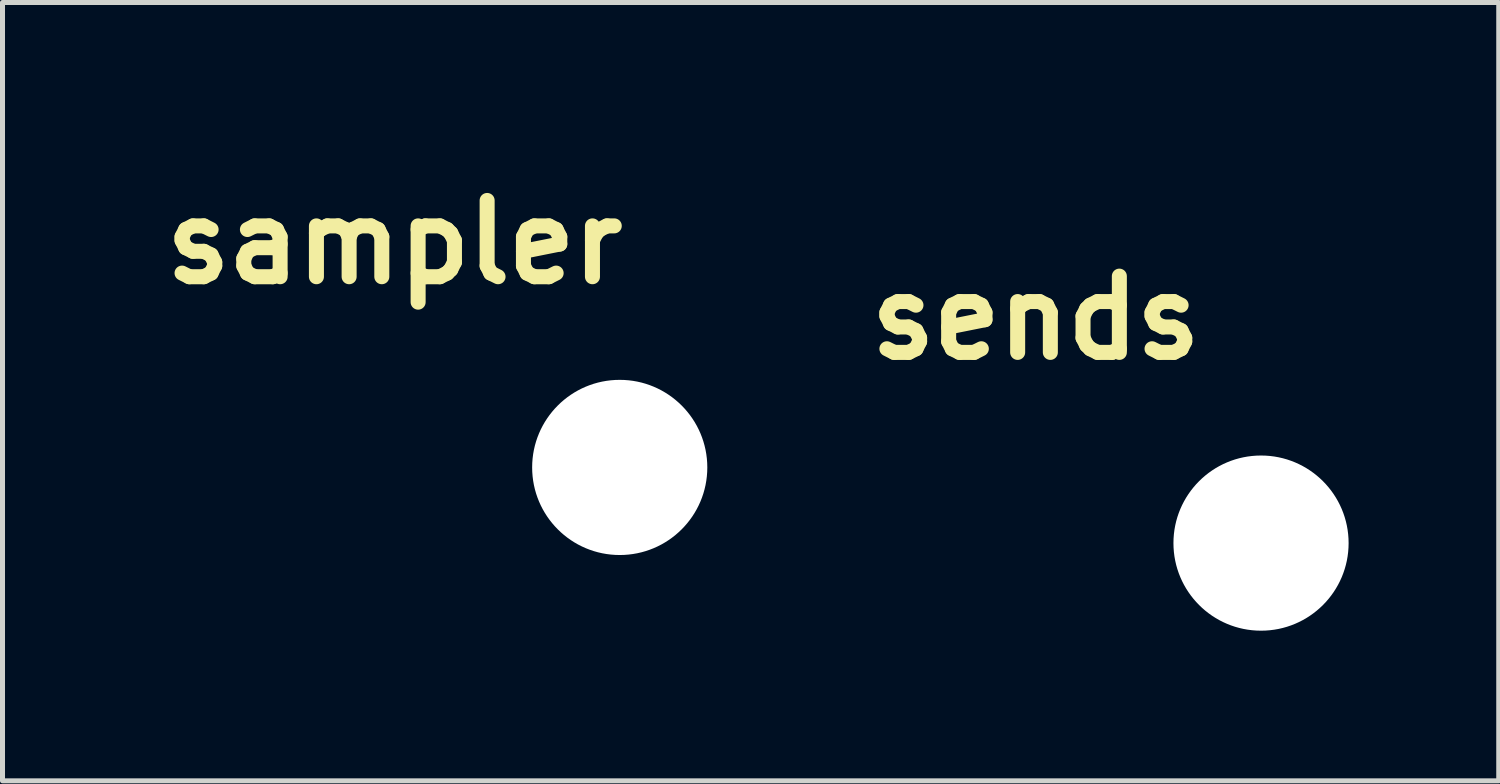
<source format=kicad_pcb>
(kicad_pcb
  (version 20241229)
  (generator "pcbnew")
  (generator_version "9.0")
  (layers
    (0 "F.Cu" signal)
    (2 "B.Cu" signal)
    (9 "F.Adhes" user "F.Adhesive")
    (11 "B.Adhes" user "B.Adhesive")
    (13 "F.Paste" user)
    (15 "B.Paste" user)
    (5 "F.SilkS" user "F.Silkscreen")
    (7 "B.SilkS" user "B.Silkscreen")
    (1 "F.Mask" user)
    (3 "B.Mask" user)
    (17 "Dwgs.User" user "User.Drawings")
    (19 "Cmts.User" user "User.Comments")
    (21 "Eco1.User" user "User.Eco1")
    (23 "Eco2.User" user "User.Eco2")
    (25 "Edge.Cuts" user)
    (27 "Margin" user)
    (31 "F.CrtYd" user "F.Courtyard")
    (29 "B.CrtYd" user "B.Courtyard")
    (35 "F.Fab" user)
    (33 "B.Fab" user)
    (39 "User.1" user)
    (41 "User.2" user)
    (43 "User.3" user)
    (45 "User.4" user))
  (footprint "sends"
    (layer "F.Cu")
    (at 22.147 7.802)
    (property "Reference" "sends" (at -4.5 -4.5 0) (layer "F.SilkS") (effects (font (size 1.524 1.524) (thickness 0.3))))
    (attr through_hole)
    (fp_poly (pts (xy -2.331 -7.778) (xy -2.285 -7.75) (xy -2.24 -7.71) (xy -2.203 -7.665) (xy -2.183 -7.633) (xy -2.16 -7.585) (xy -2.16 -5.968) (xy -2.178 -5.929) (xy -2.207 -5.882) (xy -2.246 -5.837) (xy -2.292 -5.799) (xy -2.324 -5.781) (xy -2.35 -5.769) (xy -2.375 -5.762) (xy -2.404 -5.758) (xy -2.443 -5.757) (xy -2.448 -5.757) (xy -2.487 -5.758) (xy -2.516 -5.76) (xy -2.539 -5.766) (xy -2.564 -5.777) (xy -2.572 -5.781) (xy -2.62 -5.811) (xy -2.664 -5.853) (xy -2.7 -5.9) (xy -2.722 -5.943) (xy -2.726 -5.955) (xy -2.729 -5.967) (xy -2.732 -5.98) (xy -2.734 -5.998) (xy -2.736 -6.02) (xy -2.737 -6.049) (xy -2.738 -6.086) (xy -2.739 -6.134) (xy -2.739 -6.192) (xy -2.739 -6.264) (xy -2.74 -6.35) (xy -2.74 -6.394) (xy -2.74 -6.798) (xy -4.351 -5.186) (xy -4.332 -5.154) (xy -4.308 -5.111) (xy -4.282 -5.057) (xy -4.255 -4.999) (xy -4.231 -4.942) (xy -4.213 -4.891) (xy -4.212 -4.887) (xy -4.191 -4.819) (xy -4.175 -4.759) (xy -4.163 -4.701) (xy -4.156 -4.642) (xy -4.151 -4.576) (xy -4.15 -4.5) (xy -4.15 -4.466) (xy -4.15 -4.402) (xy -4.151 -4.352) (xy -4.153 -4.312) (xy -4.156 -4.277) (xy -4.161 -4.245) (xy -4.167 -4.212) (xy -4.168 -4.207) (xy -4.205 -4.065) (xy -4.254 -3.935) (xy -4.284 -3.871) (xy -4.328 -3.782) (xy -2.74 -2.194) (xy -2.74 -2.597) (xy -2.739 -2.691) (xy -2.739 -2.769) (xy -2.739 -2.833) (xy -2.739 -2.885) (xy -2.738 -2.927) (xy -2.737 -2.959) (xy -2.735 -2.985) (xy -2.733 -3.004) (xy -2.731 -3.019) (xy -2.728 -3.032) (xy -2.724 -3.043) (xy -2.722 -3.048) (xy -2.697 -3.097) (xy -2.659 -3.144) (xy -2.614 -3.184) (xy -2.572 -3.211) (xy -2.546 -3.223) (xy -2.522 -3.23) (xy -2.495 -3.233) (xy -2.459 -3.234) (xy -2.448 -3.234) (xy -2.407 -3.233) (xy -2.378 -3.23) (xy -2.353 -3.224) (xy -2.327 -3.212) (xy -2.324 -3.211) (xy -2.277 -3.182) (xy -2.233 -3.141) (xy -2.196 -3.095) (xy -2.178 -3.063) (xy -2.16 -3.023) (xy -2.16 -1.406) (xy -2.182 -1.359) (xy -2.218 -1.301) (xy -2.267 -1.253) (xy -2.324 -1.217) (xy -2.371 -1.195) (xy -3.137 -1.193) (xy -3.274 -1.193) (xy -3.395 -1.193) (xy -3.501 -1.193) (xy -3.593 -1.193) (xy -3.671 -1.193) (xy -3.738 -1.194) (xy -3.793 -1.195) (xy -3.838 -1.196) (xy -3.873 -1.197) (xy -3.9 -1.198) (xy -3.92 -1.2) (xy -3.933 -1.201) (xy -3.939 -1.203) (xy -3.995 -1.229) (xy -4.048 -1.268) (xy -4.092 -1.317) (xy -4.122 -1.367) (xy -4.136 -1.412) (xy -4.142 -1.466) (xy -4.14 -1.522) (xy -4.13 -1.575) (xy -4.118 -1.605) (xy -4.084 -1.66) (xy -4.038 -1.708) (xy -3.984 -1.744) (xy -3.975 -1.748) (xy -3.929 -1.77) (xy -3.163 -1.779) (xy -4.735 -3.351) (xy -4.801 -3.31) (xy -4.927 -3.244) (xy -5.062 -3.191) (xy -5.207 -3.151) (xy -5.24 -3.144) (xy -5.302 -3.134) (xy -5.375 -3.128) (xy -5.454 -3.125) (xy -5.535 -3.124) (xy -5.613 -3.127) (xy -5.682 -3.134) (xy -5.723 -3.14) (xy -5.872 -3.176) (xy -6.014 -3.228) (xy -6.149 -3.294) (xy -6.274 -3.374) (xy -6.39 -3.468) (xy -6.496 -3.574) (xy -6.591 -3.693) (xy -6.651 -3.785) (xy -6.717 -3.911) (xy -6.769 -4.045) (xy -6.806 -4.184) (xy -6.828 -4.327) (xy -6.833 -4.434) (xy -6.248 -4.434) (xy -6.244 -4.384) (xy -6.224 -4.274) (xy -6.19 -4.173) (xy -6.141 -4.08) (xy -6.077 -3.991) (xy -6.023 -3.933) (xy -5.942 -3.861) (xy -5.857 -3.803) (xy -5.765 -3.76) (xy -5.665 -3.729) (xy -5.558 -3.71) (xy -5.525 -3.708) (xy -5.48 -3.709) (xy -5.43 -3.712) (xy -5.381 -3.717) (xy -5.337 -3.724) (xy -5.328 -3.725) (xy -5.262 -3.743) (xy -5.194 -3.769) (xy -5.13 -3.8) (xy -5.071 -3.835) (xy -5.022 -3.873) (xy -4.985 -3.911) (xy -4.975 -3.924) (xy -4.952 -3.954) (xy -4.926 -3.982) (xy -4.91 -3.995) (xy -4.877 -4.027) (xy -4.843 -4.073) (xy -4.811 -4.13) (xy -4.783 -4.193) (xy -4.76 -4.26) (xy -4.75 -4.298) (xy -4.734 -4.408) (xy -4.734 -4.519) (xy -4.75 -4.628) (xy -4.782 -4.735) (xy -4.829 -4.836) (xy -4.848 -4.868) (xy -4.889 -4.926) (xy -4.94 -4.985) (xy -4.997 -5.04) (xy -5.056 -5.088) (xy -5.11 -5.124) (xy -5.193 -5.163) (xy -5.284 -5.195) (xy -5.378 -5.216) (xy -5.408 -5.22) (xy -5.512 -5.224) (xy -5.618 -5.213) (xy -5.723 -5.187) (xy -5.825 -5.148) (xy -5.871 -5.124) (xy -5.917 -5.093) (xy -5.969 -5.052) (xy -6.021 -5.003) (xy -6.07 -4.951) (xy -6.112 -4.9) (xy -6.145 -4.853) (xy -6.148 -4.847) (xy -6.194 -4.749) (xy -6.227 -4.645) (xy -6.245 -4.539) (xy -6.248 -4.434) (xy -6.833 -4.434) (xy -6.835 -4.471) (xy -6.827 -4.616) (xy -6.804 -4.759) (xy -6.767 -4.894) (xy -6.713 -5.029) (xy -6.645 -5.157) (xy -6.563 -5.277) (xy -6.469 -5.388) (xy -6.364 -5.488) (xy -6.249 -5.577) (xy -6.125 -5.653) (xy -5.994 -5.715) (xy -5.914 -5.744) (xy -5.846 -5.765) (xy -5.785 -5.781) (xy -5.727 -5.793) (xy -5.668 -5.8) (xy -5.603 -5.805) (xy -5.528 -5.807) (xy -5.49 -5.807) (xy -5.427 -5.807) (xy -5.377 -5.806) (xy -5.336 -5.804) (xy -5.302 -5.801) (xy -5.27 -5.796) (xy -5.237 -5.79) (xy -5.228 -5.788) (xy -5.113 -5.758) (xy -5.001 -5.72) (xy -4.895 -5.674) (xy -4.802 -5.624) (xy -4.77 -5.605) (xy -3.966 -6.409) (xy -3.163 -7.213) (xy -3.929 -7.221) (xy -3.975 -7.243) (xy -4.03 -7.277) (xy -4.078 -7.324) (xy -4.114 -7.378) (xy -4.118 -7.386) (xy -4.13 -7.413) (xy -4.136 -7.438) (xy -4.139 -7.468) (xy -4.14 -7.508) (xy -4.14 -7.509) (xy -4.14 -7.549) (xy -4.137 -7.578) (xy -4.13 -7.602) (xy -4.12 -7.627) (xy -4.117 -7.633) (xy -4.087 -7.679) (xy -4.047 -7.723) (xy -4.001 -7.76) (xy -3.969 -7.778) (xy -3.929 -7.797) (xy -2.371 -7.797) (xy -2.331 -7.778)) (stroke (width 0.01) (type solid)) (fill yes) (layer "F.Mask"))
    (fp_poly (pts (xy -2.331 -7.778) (xy -2.285 -7.75) (xy -2.24 -7.71) (xy -2.203 -7.665) (xy -2.183 -7.633) (xy -2.16 -7.585) (xy -2.16 -5.968) (xy -2.178 -5.929) (xy -2.207 -5.882) (xy -2.246 -5.837) (xy -2.292 -5.799) (xy -2.324 -5.781) (xy -2.35 -5.769) (xy -2.375 -5.762) (xy -2.404 -5.758) (xy -2.443 -5.757) (xy -2.448 -5.757) (xy -2.487 -5.758) (xy -2.516 -5.76) (xy -2.539 -5.766) (xy -2.564 -5.777) (xy -2.572 -5.781) (xy -2.62 -5.811) (xy -2.664 -5.853) (xy -2.7 -5.9) (xy -2.722 -5.943) (xy -2.726 -5.955) (xy -2.729 -5.967) (xy -2.732 -5.98) (xy -2.734 -5.998) (xy -2.736 -6.02) (xy -2.737 -6.049) (xy -2.738 -6.086) (xy -2.739 -6.134) (xy -2.739 -6.192) (xy -2.739 -6.264) (xy -2.74 -6.35) (xy -2.74 -6.394) (xy -2.74 -6.798) (xy -4.351 -5.186) (xy -4.332 -5.154) (xy -4.308 -5.111) (xy -4.282 -5.057) (xy -4.255 -4.999) (xy -4.231 -4.942) (xy -4.213 -4.891) (xy -4.212 -4.887) (xy -4.191 -4.819) (xy -4.175 -4.759) (xy -4.163 -4.701) (xy -4.156 -4.642) (xy -4.151 -4.576) (xy -4.15 -4.5) (xy -4.15 -4.466) (xy -4.15 -4.402) (xy -4.151 -4.352) (xy -4.153 -4.312) (xy -4.156 -4.277) (xy -4.161 -4.245) (xy -4.167 -4.212) (xy -4.168 -4.207) (xy -4.205 -4.065) (xy -4.254 -3.935) (xy -4.284 -3.871) (xy -4.328 -3.782) (xy -2.74 -2.194) (xy -2.74 -2.597) (xy -2.739 -2.691) (xy -2.739 -2.769) (xy -2.739 -2.833) (xy -2.739 -2.885) (xy -2.738 -2.927) (xy -2.737 -2.959) (xy -2.735 -2.985) (xy -2.733 -3.004) (xy -2.731 -3.019) (xy -2.728 -3.032) (xy -2.724 -3.043) (xy -2.722 -3.048) (xy -2.697 -3.097) (xy -2.659 -3.144) (xy -2.614 -3.184) (xy -2.572 -3.211) (xy -2.546 -3.223) (xy -2.522 -3.23) (xy -2.495 -3.233) (xy -2.459 -3.234) (xy -2.448 -3.234) (xy -2.407 -3.233) (xy -2.378 -3.23) (xy -2.353 -3.224) (xy -2.327 -3.212) (xy -2.324 -3.211) (xy -2.277 -3.182) (xy -2.233 -3.141) (xy -2.196 -3.095) (xy -2.178 -3.063) (xy -2.16 -3.023) (xy -2.16 -1.406) (xy -2.182 -1.359) (xy -2.218 -1.301) (xy -2.267 -1.253) (xy -2.324 -1.217) (xy -2.371 -1.195) (xy -3.137 -1.193) (xy -3.274 -1.193) (xy -3.395 -1.193) (xy -3.501 -1.193) (xy -3.593 -1.193) (xy -3.671 -1.193) (xy -3.738 -1.194) (xy -3.793 -1.195) (xy -3.838 -1.196) (xy -3.873 -1.197) (xy -3.9 -1.198) (xy -3.92 -1.2) (xy -3.933 -1.201) (xy -3.939 -1.203) (xy -3.995 -1.229) (xy -4.048 -1.268) (xy -4.092 -1.317) (xy -4.122 -1.367) (xy -4.136 -1.412) (xy -4.142 -1.466) (xy -4.14 -1.522) (xy -4.13 -1.575) (xy -4.118 -1.605) (xy -4.084 -1.66) (xy -4.038 -1.708) (xy -3.984 -1.744) (xy -3.975 -1.748) (xy -3.929 -1.77) (xy -3.163 -1.779) (xy -4.735 -3.351) (xy -4.801 -3.31) (xy -4.927 -3.244) (xy -5.062 -3.191) (xy -5.207 -3.151) (xy -5.24 -3.144) (xy -5.302 -3.134) (xy -5.375 -3.128) (xy -5.454 -3.125) (xy -5.535 -3.124) (xy -5.613 -3.127) (xy -5.682 -3.134) (xy -5.723 -3.14) (xy -5.872 -3.176) (xy -6.014 -3.228) (xy -6.149 -3.294) (xy -6.274 -3.374) (xy -6.39 -3.468) (xy -6.496 -3.574) (xy -6.591 -3.693) (xy -6.651 -3.785) (xy -6.717 -3.911) (xy -6.769 -4.045) (xy -6.806 -4.184) (xy -6.828 -4.327) (xy -6.833 -4.434) (xy -6.248 -4.434) (xy -6.244 -4.384) (xy -6.224 -4.274) (xy -6.19 -4.173) (xy -6.141 -4.08) (xy -6.077 -3.991) (xy -6.023 -3.933) (xy -5.942 -3.861) (xy -5.857 -3.803) (xy -5.765 -3.76) (xy -5.665 -3.729) (xy -5.558 -3.71) (xy -5.525 -3.708) (xy -5.48 -3.709) (xy -5.43 -3.712) (xy -5.381 -3.717) (xy -5.337 -3.724) (xy -5.328 -3.725) (xy -5.262 -3.743) (xy -5.194 -3.769) (xy -5.13 -3.8) (xy -5.071 -3.835) (xy -5.022 -3.873) (xy -4.985 -3.911) (xy -4.975 -3.924) (xy -4.952 -3.954) (xy -4.926 -3.982) (xy -4.91 -3.995) (xy -4.877 -4.027) (xy -4.843 -4.073) (xy -4.811 -4.13) (xy -4.783 -4.193) (xy -4.76 -4.26) (xy -4.75 -4.298) (xy -4.734 -4.408) (xy -4.734 -4.519) (xy -4.75 -4.628) (xy -4.782 -4.735) (xy -4.829 -4.836) (xy -4.848 -4.868) (xy -4.889 -4.926) (xy -4.94 -4.985) (xy -4.997 -5.04) (xy -5.056 -5.088) (xy -5.11 -5.124) (xy -5.193 -5.163) (xy -5.284 -5.195) (xy -5.378 -5.216) (xy -5.408 -5.22) (xy -5.512 -5.224) (xy -5.618 -5.213) (xy -5.723 -5.187) (xy -5.825 -5.148) (xy -5.871 -5.124) (xy -5.917 -5.093) (xy -5.969 -5.052) (xy -6.021 -5.003) (xy -6.07 -4.951) (xy -6.112 -4.9) (xy -6.145 -4.853) (xy -6.148 -4.847) (xy -6.194 -4.749) (xy -6.227 -4.645) (xy -6.245 -4.539) (xy -6.248 -4.434) (xy -6.833 -4.434) (xy -6.835 -4.471) (xy -6.827 -4.616) (xy -6.804 -4.759) (xy -6.767 -4.894) (xy -6.713 -5.029) (xy -6.645 -5.157) (xy -6.563 -5.277) (xy -6.469 -5.388) (xy -6.364 -5.488) (xy -6.249 -5.577) (xy -6.125 -5.653) (xy -5.994 -5.715) (xy -5.914 -5.744) (xy -5.846 -5.765) (xy -5.785 -5.781) (xy -5.727 -5.793) (xy -5.668 -5.8) (xy -5.603 -5.805) (xy -5.528 -5.807) (xy -5.49 -5.807) (xy -5.427 -5.807) (xy -5.377 -5.806) (xy -5.336 -5.804) (xy -5.302 -5.801) (xy -5.27 -5.796) (xy -5.237 -5.79) (xy -5.228 -5.788) (xy -5.113 -5.758) (xy -5.001 -5.72) (xy -4.895 -5.674) (xy -4.802 -5.624) (xy -4.77 -5.605) (xy -3.966 -6.409) (xy -3.163 -7.213) (xy -3.929 -7.221) (xy -3.975 -7.243) (xy -4.03 -7.277) (xy -4.078 -7.324) (xy -4.114 -7.378) (xy -4.118 -7.386) (xy -4.13 -7.413) (xy -4.136 -7.438) (xy -4.139 -7.468) (xy -4.14 -7.508) (xy -4.14 -7.509) (xy -4.14 -7.549) (xy -4.137 -7.578) (xy -4.13 -7.602) (xy -4.12 -7.627) (xy -4.117 -7.633) (xy -4.087 -7.679) (xy -4.047 -7.723) (xy -4.001 -7.76) (xy -3.969 -7.778) (xy -3.929 -7.797) (xy -2.371 -7.797) (xy -2.331 -7.778)) (stroke (width 0.01) (type solid)) (fill yes) (layer "B.Mask"))
    (pad "" np_thru_hole circle (at 0 0) (size 3.5 3.5) (drill 3.5) (layers "*.Cu" "*.Mask")))
  (footprint "sampler"
    (layer "F.Cu")
    (at 9.333 6.29)
    (property "Reference" "sampler" (at -4.5 -4.5 0) (layer "F.SilkS") (effects (font (size 1.524 1.524) (thickness 0.3))))
    (attr through_hole)
    (fp_poly (pts (xy -4.458 -6.278) (xy -4.442 -6.274) (xy -4.395 -6.251) (xy -4.351 -6.215) (xy -4.315 -6.173) (xy -4.296 -6.14) (xy -4.276 -6.095) (xy -4.273 -4.826) (xy -4.271 -3.557) (xy -3.685 -4.142) (xy -3.585 -4.243) (xy -3.496 -4.331) (xy -3.417 -4.409) (xy -3.348 -4.478) (xy -3.289 -4.536) (xy -3.238 -4.586) (xy -3.194 -4.628) (xy -3.158 -4.662) (xy -3.129 -4.69) (xy -3.105 -4.711) (xy -3.086 -4.727) (xy -3.071 -4.738) (xy -3.061 -4.745) (xy -3.057 -4.747) (xy -3.015 -4.767) (xy -2.211 -4.769) (xy -2.071 -4.769) (xy -1.948 -4.77) (xy -1.839 -4.77) (xy -1.744 -4.77) (xy -1.661 -4.77) (xy -1.59 -4.769) (xy -1.53 -4.768) (xy -1.48 -4.767) (xy -1.438 -4.765) (xy -1.404 -4.762) (xy -1.377 -4.759) (xy -1.355 -4.754) (xy -1.337 -4.749) (xy -1.323 -4.744) (xy -1.311 -4.737) (xy -1.3 -4.729) (xy -1.29 -4.719) (xy -1.279 -4.709) (xy -1.272 -4.703) (xy -1.23 -4.656) (xy -1.204 -4.605) (xy -1.193 -4.549) (xy -1.193 -4.508) (xy -1.205 -4.444) (xy -1.231 -4.389) (xy -1.272 -4.342) (xy -1.327 -4.304) (xy -1.329 -4.303) (xy -1.364 -4.284) (xy -2.109 -4.282) (xy -2.854 -4.28) (xy -3.624 -3.511) (xy -3.736 -3.398) (xy -3.838 -3.297) (xy -3.928 -3.207) (xy -4.009 -3.127) (xy -4.08 -3.057) (xy -4.142 -2.995) (xy -4.196 -2.942) (xy -4.243 -2.896) (xy -4.283 -2.858) (xy -4.316 -2.826) (xy -4.344 -2.799) (xy -4.367 -2.778) (xy -4.386 -2.762) (xy -4.401 -2.749) (xy -4.413 -2.74) (xy -4.422 -2.734) (xy -4.43 -2.73) (xy -4.436 -2.728) (xy -4.478 -2.719) (xy -4.524 -2.715) (xy -4.566 -2.718) (xy -4.585 -2.722) (xy -4.645 -2.749) (xy -4.697 -2.79) (xy -4.738 -2.843) (xy -4.743 -2.852) (xy -4.745 -2.856) (xy -4.747 -2.862) (xy -4.749 -2.87) (xy -4.75 -2.882) (xy -4.752 -2.897) (xy -4.753 -2.918) (xy -4.754 -2.943) (xy -4.755 -2.976) (xy -4.756 -3.015) (xy -4.756 -3.063) (xy -4.757 -3.119) (xy -4.757 -3.185) (xy -4.758 -3.261) (xy -4.758 -3.349) (xy -4.759 -3.449) (xy -4.759 -3.561) (xy -4.759 -3.688) (xy -4.76 -3.828) (xy -4.76 -3.984) (xy -4.76 -4.157) (xy -4.76 -4.159) (xy -4.761 -4.305) (xy -4.761 -4.446) (xy -4.761 -4.582) (xy -4.762 -4.711) (xy -4.762 -4.832) (xy -4.763 -4.945) (xy -4.764 -5.049) (xy -4.764 -5.143) (xy -4.765 -5.225) (xy -4.766 -5.296) (xy -4.766 -5.353) (xy -4.767 -5.397) (xy -4.768 -5.426) (xy -4.769 -5.439) (xy -4.769 -5.439) (xy -4.775 -5.434) (xy -4.793 -5.417) (xy -4.822 -5.389) (xy -4.859 -5.353) (xy -4.905 -5.307) (xy -4.959 -5.254) (xy -5.02 -5.194) (xy -5.087 -5.127) (xy -5.159 -5.055) (xy -5.236 -4.979) (xy -5.316 -4.899) (xy -5.334 -4.882) (xy -5.444 -4.772) (xy -5.543 -4.674) (xy -5.63 -4.587) (xy -5.706 -4.513) (xy -5.771 -4.45) (xy -5.824 -4.399) (xy -5.867 -4.358) (xy -5.899 -4.329) (xy -5.921 -4.311) (xy -5.93 -4.304) (xy -5.968 -4.284) (xy -7.627 -4.284) (xy -7.672 -4.309) (xy -7.725 -4.347) (xy -7.764 -4.395) (xy -7.789 -4.453) (xy -7.799 -4.508) (xy -7.796 -4.57) (xy -7.78 -4.624) (xy -7.748 -4.673) (xy -7.72 -4.703) (xy -7.707 -4.714) (xy -7.696 -4.724) (xy -7.685 -4.733) (xy -7.673 -4.741) (xy -7.66 -4.747) (xy -7.643 -4.753) (xy -7.622 -4.758) (xy -7.595 -4.761) (xy -7.563 -4.764) (xy -7.523 -4.767) (xy -7.474 -4.768) (xy -7.415 -4.769) (xy -7.346 -4.77) (xy -7.265 -4.771) (xy -7.171 -4.771) (xy -7.062 -4.771) (xy -6.939 -4.771) (xy -6.862 -4.771) (xy -6.138 -4.771) (xy -5.406 -5.504) (xy -5.289 -5.62) (xy -5.184 -5.725) (xy -5.09 -5.818) (xy -5.006 -5.902) (xy -4.933 -5.975) (xy -4.868 -6.038) (xy -4.812 -6.092) (xy -4.765 -6.138) (xy -4.726 -6.176) (xy -4.694 -6.206) (xy -4.669 -6.229) (xy -4.65 -6.245) (xy -4.637 -6.255) (xy -4.631 -6.258) (xy -4.576 -6.278) (xy -4.517 -6.285) (xy -4.458 -6.278)) (stroke (width 0.01) (type solid)) (fill yes) (layer "F.Mask"))
    (fp_poly (pts (xy -4.458 -6.278) (xy -4.442 -6.274) (xy -4.395 -6.251) (xy -4.351 -6.215) (xy -4.315 -6.173) (xy -4.296 -6.14) (xy -4.276 -6.095) (xy -4.273 -4.826) (xy -4.271 -3.557) (xy -3.685 -4.142) (xy -3.585 -4.243) (xy -3.496 -4.331) (xy -3.417 -4.409) (xy -3.348 -4.478) (xy -3.289 -4.536) (xy -3.238 -4.586) (xy -3.194 -4.628) (xy -3.158 -4.662) (xy -3.129 -4.69) (xy -3.105 -4.711) (xy -3.086 -4.727) (xy -3.071 -4.738) (xy -3.061 -4.745) (xy -3.057 -4.747) (xy -3.015 -4.767) (xy -2.211 -4.769) (xy -2.071 -4.769) (xy -1.948 -4.77) (xy -1.839 -4.77) (xy -1.744 -4.77) (xy -1.661 -4.77) (xy -1.59 -4.769) (xy -1.53 -4.768) (xy -1.48 -4.767) (xy -1.438 -4.765) (xy -1.404 -4.762) (xy -1.377 -4.759) (xy -1.355 -4.754) (xy -1.337 -4.749) (xy -1.323 -4.744) (xy -1.311 -4.737) (xy -1.3 -4.729) (xy -1.29 -4.719) (xy -1.279 -4.709) (xy -1.272 -4.703) (xy -1.23 -4.656) (xy -1.204 -4.605) (xy -1.193 -4.549) (xy -1.193 -4.508) (xy -1.205 -4.444) (xy -1.231 -4.389) (xy -1.272 -4.342) (xy -1.327 -4.304) (xy -1.329 -4.303) (xy -1.364 -4.284) (xy -2.109 -4.282) (xy -2.854 -4.28) (xy -3.624 -3.511) (xy -3.736 -3.398) (xy -3.838 -3.297) (xy -3.928 -3.207) (xy -4.009 -3.127) (xy -4.08 -3.057) (xy -4.142 -2.995) (xy -4.196 -2.942) (xy -4.243 -2.896) (xy -4.283 -2.858) (xy -4.316 -2.826) (xy -4.344 -2.799) (xy -4.367 -2.778) (xy -4.386 -2.762) (xy -4.401 -2.749) (xy -4.413 -2.74) (xy -4.422 -2.734) (xy -4.43 -2.73) (xy -4.436 -2.728) (xy -4.478 -2.719) (xy -4.524 -2.715) (xy -4.566 -2.718) (xy -4.585 -2.722) (xy -4.645 -2.749) (xy -4.697 -2.79) (xy -4.738 -2.843) (xy -4.743 -2.852) (xy -4.745 -2.856) (xy -4.747 -2.862) (xy -4.749 -2.87) (xy -4.75 -2.882) (xy -4.752 -2.897) (xy -4.753 -2.918) (xy -4.754 -2.943) (xy -4.755 -2.976) (xy -4.756 -3.015) (xy -4.756 -3.063) (xy -4.757 -3.119) (xy -4.757 -3.185) (xy -4.758 -3.261) (xy -4.758 -3.349) (xy -4.759 -3.449) (xy -4.759 -3.561) (xy -4.759 -3.688) (xy -4.76 -3.828) (xy -4.76 -3.984) (xy -4.76 -4.157) (xy -4.76 -4.159) (xy -4.761 -4.305) (xy -4.761 -4.446) (xy -4.761 -4.582) (xy -4.762 -4.711) (xy -4.762 -4.832) (xy -4.763 -4.945) (xy -4.764 -5.049) (xy -4.764 -5.143) (xy -4.765 -5.225) (xy -4.766 -5.296) (xy -4.766 -5.353) (xy -4.767 -5.397) (xy -4.768 -5.426) (xy -4.769 -5.439) (xy -4.769 -5.439) (xy -4.775 -5.434) (xy -4.793 -5.417) (xy -4.822 -5.389) (xy -4.859 -5.353) (xy -4.905 -5.307) (xy -4.959 -5.254) (xy -5.02 -5.194) (xy -5.087 -5.127) (xy -5.159 -5.055) (xy -5.236 -4.979) (xy -5.316 -4.899) (xy -5.334 -4.882) (xy -5.444 -4.772) (xy -5.543 -4.674) (xy -5.63 -4.587) (xy -5.706 -4.513) (xy -5.771 -4.45) (xy -5.824 -4.399) (xy -5.867 -4.358) (xy -5.899 -4.329) (xy -5.921 -4.311) (xy -5.93 -4.304) (xy -5.968 -4.284) (xy -7.627 -4.284) (xy -7.672 -4.309) (xy -7.725 -4.347) (xy -7.764 -4.395) (xy -7.789 -4.453) (xy -7.799 -4.508) (xy -7.796 -4.57) (xy -7.78 -4.624) (xy -7.748 -4.673) (xy -7.72 -4.703) (xy -7.707 -4.714) (xy -7.696 -4.724) (xy -7.685 -4.733) (xy -7.673 -4.741) (xy -7.66 -4.747) (xy -7.643 -4.753) (xy -7.622 -4.758) (xy -7.595 -4.761) (xy -7.563 -4.764) (xy -7.523 -4.767) (xy -7.474 -4.768) (xy -7.415 -4.769) (xy -7.346 -4.77) (xy -7.265 -4.771) (xy -7.171 -4.771) (xy -7.062 -4.771) (xy -6.939 -4.771) (xy -6.862 -4.771) (xy -6.138 -4.771) (xy -5.406 -5.504) (xy -5.289 -5.62) (xy -5.184 -5.725) (xy -5.09 -5.818) (xy -5.006 -5.902) (xy -4.933 -5.975) (xy -4.868 -6.038) (xy -4.812 -6.092) (xy -4.765 -6.138) (xy -4.726 -6.176) (xy -4.694 -6.206) (xy -4.669 -6.229) (xy -4.65 -6.245) (xy -4.637 -6.255) (xy -4.631 -6.258) (xy -4.576 -6.278) (xy -4.517 -6.285) (xy -4.458 -6.278)) (stroke (width 0.01) (type solid)) (fill yes) (layer "B.Mask"))
    (pad "" np_thru_hole circle (at 0 0) (size 3.5 3.5) (drill 3.5) (layers "*.Cu" "*.Mask")))
  (gr_rect
    (start -3 -3)
    (end 26.897 12.552)
    (stroke (width 0.1) (type default))
    (fill no)
    (layer "Edge.Cuts")))
</source>
